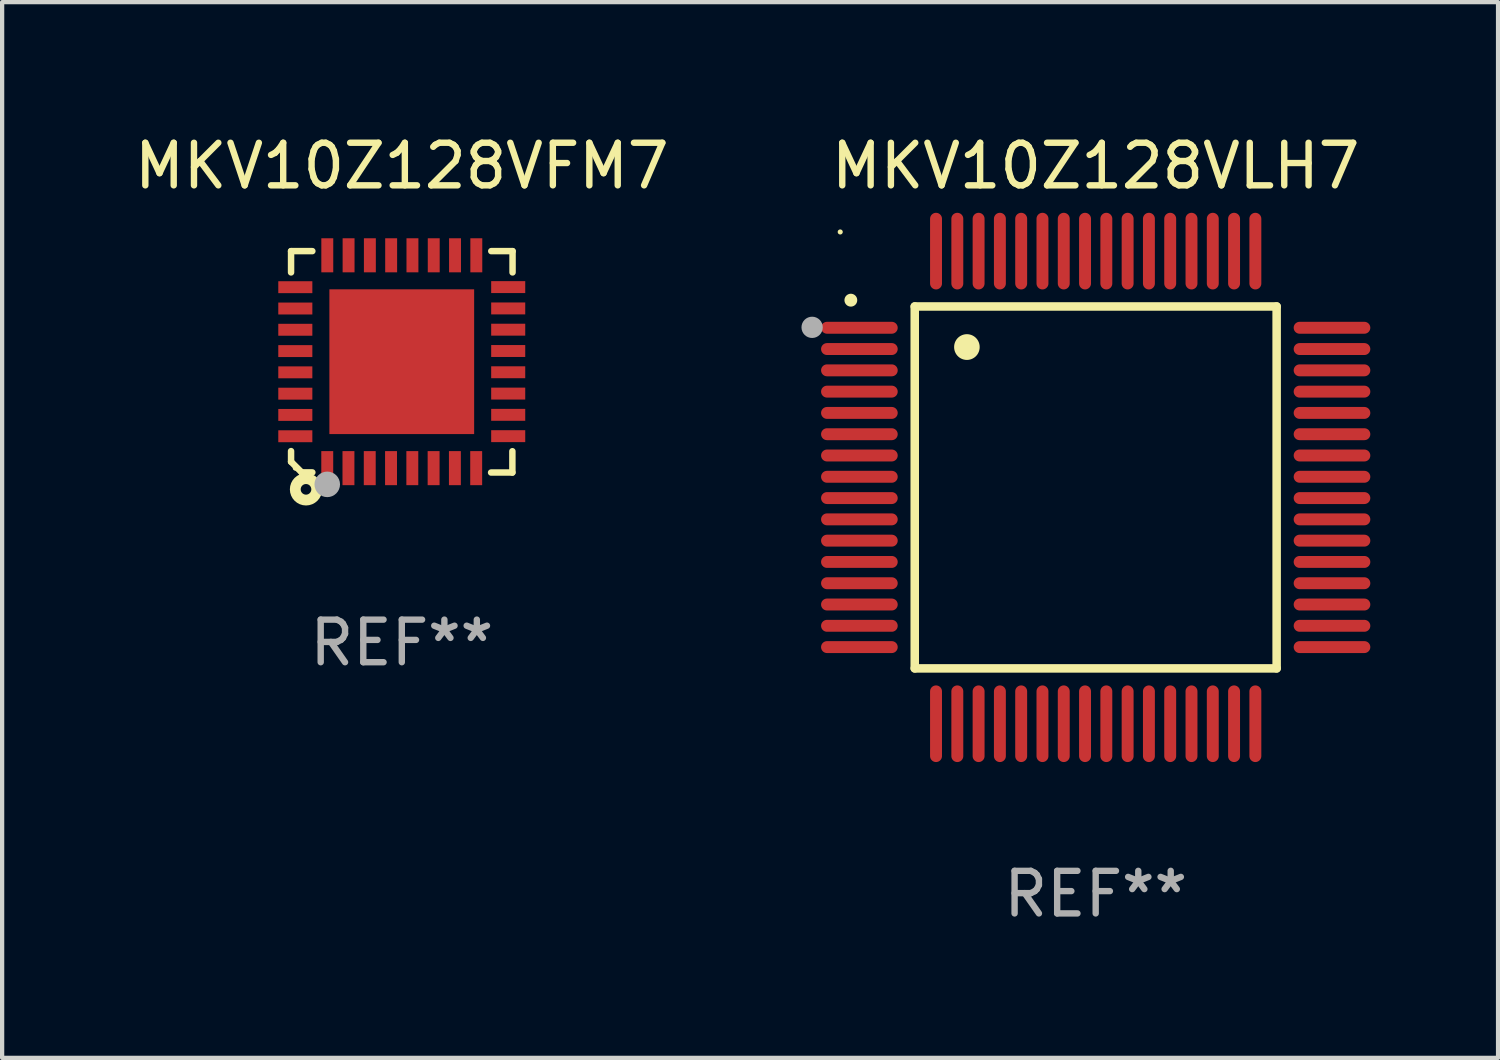
<source format=kicad_pcb>
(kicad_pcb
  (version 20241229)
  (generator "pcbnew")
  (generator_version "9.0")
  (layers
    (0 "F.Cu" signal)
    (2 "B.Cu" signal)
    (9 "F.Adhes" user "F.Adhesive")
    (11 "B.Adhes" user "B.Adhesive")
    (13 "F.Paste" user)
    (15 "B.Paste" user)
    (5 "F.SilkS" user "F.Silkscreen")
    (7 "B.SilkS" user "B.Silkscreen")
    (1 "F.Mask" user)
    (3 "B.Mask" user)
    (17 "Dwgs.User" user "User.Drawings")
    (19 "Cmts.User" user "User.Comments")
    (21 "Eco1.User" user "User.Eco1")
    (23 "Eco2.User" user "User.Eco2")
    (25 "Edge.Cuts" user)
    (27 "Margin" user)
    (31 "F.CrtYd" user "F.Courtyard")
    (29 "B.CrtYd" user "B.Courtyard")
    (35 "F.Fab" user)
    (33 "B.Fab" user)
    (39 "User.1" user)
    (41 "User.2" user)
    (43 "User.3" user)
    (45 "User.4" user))
  (footprint "MKV10Z128VLH7"
    (layer "F.Cu")
    (at 22.684 8.398)
    (property "Reference" "MKV10Z128VLH7" (at 0 -7.55 0) (layer "F.SilkS") (effects (font (size 1 1) (thickness 0.15))))
    (attr through_hole)
    (fp_line (start -4.25 -4.25) (end -4.25 4.25) (stroke (width 0.2) (type solid)) (layer "F.SilkS"))
    (fp_line (start -4.25 4.25) (end 4.25 4.25) (stroke (width 0.2) (type solid)) (layer "F.SilkS"))
    (fp_line (start 4.25 -4.25) (end -4.25 -4.25) (stroke (width 0.2) (type solid)) (layer "F.SilkS"))
    (fp_line (start 4.25 4.25) (end 4.25 -4.25) (stroke (width 0.2) (type solid)) (layer "F.SilkS"))
    (fp_arc (start -5.750572 -4.396749) (mid -5.750577 -4.398019) (end -5.750572 -4.399289) (stroke (width 0.3) (type solid)) (layer "F.SilkS"))
    (fp_arc (start -3.025146 -3.294387) (mid -3.025157 -3.296927) (end -3.025146 -3.299467) (stroke (width 0.6) (type solid)) (layer "F.SilkS"))
    (fp_circle (center -6 -6) (end -5.97 -6) (stroke (width 0.06) (type solid)) (fill no) (layer "F.SilkS"))
    (fp_circle (center -6.66 -3.76) (end -6.535 -3.76) (stroke (width 0.25) (type solid)) (fill no) (layer "F.Fab"))
    (fp_text user "REF**" (at 0 9.55 0) (layer "F.Fab") (effects (font (size 1 1) (thickness 0.15))))
    (pad "1" smd oval (at -5.55 -3.75) (size 1.8 0.28) (layers "F.Cu" "F.Mask" "F.Paste"))
    (pad "2" smd oval (at -5.55 -3.25) (size 1.8 0.28) (layers "F.Cu" "F.Mask" "F.Paste"))
    (pad "3" smd oval (at -5.55 -2.75) (size 1.8 0.28) (layers "F.Cu" "F.Mask" "F.Paste"))
    (pad "4" smd oval (at -5.55 -2.25) (size 1.8 0.28) (layers "F.Cu" "F.Mask" "F.Paste"))
    (pad "5" smd oval (at -5.55 -1.75) (size 1.8 0.28) (layers "F.Cu" "F.Mask" "F.Paste"))
    (pad "6" smd oval (at -5.55 -1.25) (size 1.8 0.28) (layers "F.Cu" "F.Mask" "F.Paste"))
    (pad "7" smd oval (at -5.55 -0.75) (size 1.8 0.28) (layers "F.Cu" "F.Mask" "F.Paste"))
    (pad "8" smd oval (at -5.55 -0.25) (size 1.8 0.28) (layers "F.Cu" "F.Mask" "F.Paste"))
    (pad "9" smd oval (at -5.55 0.25) (size 1.8 0.28) (layers "F.Cu" "F.Mask" "F.Paste"))
    (pad "10" smd oval (at -5.55 0.75) (size 1.8 0.28) (layers "F.Cu" "F.Mask" "F.Paste"))
    (pad "11" smd oval (at -5.55 1.25) (size 1.8 0.28) (layers "F.Cu" "F.Mask" "F.Paste"))
    (pad "12" smd oval (at -5.55 1.75) (size 1.8 0.28) (layers "F.Cu" "F.Mask" "F.Paste"))
    (pad "13" smd oval (at -5.55 2.25) (size 1.8 0.28) (layers "F.Cu" "F.Mask" "F.Paste"))
    (pad "14" smd oval (at -5.55 2.75) (size 1.8 0.28) (layers "F.Cu" "F.Mask" "F.Paste"))
    (pad "15" smd oval (at -5.55 3.25) (size 1.8 0.28) (layers "F.Cu" "F.Mask" "F.Paste"))
    (pad "16" smd oval (at -5.55 3.75) (size 1.8 0.28) (layers "F.Cu" "F.Mask" "F.Paste"))
    (pad "17" smd oval (at -3.75 5.55) (size 0.28 1.8) (layers "F.Cu" "F.Mask" "F.Paste"))
    (pad "18" smd oval (at -3.25 5.55) (size 0.28 1.8) (layers "F.Cu" "F.Mask" "F.Paste"))
    (pad "19" smd oval (at -2.75 5.55) (size 0.28 1.8) (layers "F.Cu" "F.Mask" "F.Paste"))
    (pad "20" smd oval (at -2.25 5.55) (size 0.28 1.8) (layers "F.Cu" "F.Mask" "F.Paste"))
    (pad "21" smd oval (at -1.75 5.55) (size 0.28 1.8) (layers "F.Cu" "F.Mask" "F.Paste"))
    (pad "22" smd oval (at -1.25 5.55) (size 0.28 1.8) (layers "F.Cu" "F.Mask" "F.Paste"))
    (pad "23" smd oval (at -0.75 5.55) (size 0.28 1.8) (layers "F.Cu" "F.Mask" "F.Paste"))
    (pad "24" smd oval (at -0.25 5.55) (size 0.28 1.8) (layers "F.Cu" "F.Mask" "F.Paste"))
    (pad "25" smd oval (at 0.25 5.55) (size 0.28 1.8) (layers "F.Cu" "F.Mask" "F.Paste"))
    (pad "26" smd oval (at 0.75 5.55) (size 0.28 1.8) (layers "F.Cu" "F.Mask" "F.Paste"))
    (pad "27" smd oval (at 1.25 5.55) (size 0.28 1.8) (layers "F.Cu" "F.Mask" "F.Paste"))
    (pad "28" smd oval (at 1.75 5.55) (size 0.28 1.8) (layers "F.Cu" "F.Mask" "F.Paste"))
    (pad "29" smd oval (at 2.25 5.55) (size 0.28 1.8) (layers "F.Cu" "F.Mask" "F.Paste"))
    (pad "30" smd oval (at 2.75 5.55) (size 0.28 1.8) (layers "F.Cu" "F.Mask" "F.Paste"))
    (pad "31" smd oval (at 3.25 5.55) (size 0.28 1.8) (layers "F.Cu" "F.Mask" "F.Paste"))
    (pad "32" smd oval (at 3.75 5.55) (size 0.28 1.8) (layers "F.Cu" "F.Mask" "F.Paste"))
    (pad "33" smd oval (at 5.55 3.75) (size 1.8 0.28) (layers "F.Cu" "F.Mask" "F.Paste"))
    (pad "34" smd oval (at 5.55 3.25) (size 1.8 0.28) (layers "F.Cu" "F.Mask" "F.Paste"))
    (pad "35" smd oval (at 5.55 2.75) (size 1.8 0.28) (layers "F.Cu" "F.Mask" "F.Paste"))
    (pad "36" smd oval (at 5.55 2.25) (size 1.8 0.28) (layers "F.Cu" "F.Mask" "F.Paste"))
    (pad "37" smd oval (at 5.55 1.75) (size 1.8 0.28) (layers "F.Cu" "F.Mask" "F.Paste"))
    (pad "38" smd oval (at 5.55 1.25) (size 1.8 0.28) (layers "F.Cu" "F.Mask" "F.Paste"))
    (pad "39" smd oval (at 5.55 0.75) (size 1.8 0.28) (layers "F.Cu" "F.Mask" "F.Paste"))
    (pad "40" smd oval (at 5.55 0.25) (size 1.8 0.28) (layers "F.Cu" "F.Mask" "F.Paste"))
    (pad "41" smd oval (at 5.55 -0.25) (size 1.8 0.28) (layers "F.Cu" "F.Mask" "F.Paste"))
    (pad "42" smd oval (at 5.55 -0.75) (size 1.8 0.28) (layers "F.Cu" "F.Mask" "F.Paste"))
    (pad "43" smd oval (at 5.55 -1.25) (size 1.8 0.28) (layers "F.Cu" "F.Mask" "F.Paste"))
    (pad "44" smd oval (at 5.55 -1.75) (size 1.8 0.28) (layers "F.Cu" "F.Mask" "F.Paste"))
    (pad "45" smd oval (at 5.55 -2.25) (size 1.8 0.28) (layers "F.Cu" "F.Mask" "F.Paste"))
    (pad "46" smd oval (at 5.55 -2.75) (size 1.8 0.28) (layers "F.Cu" "F.Mask" "F.Paste"))
    (pad "47" smd oval (at 5.55 -3.25) (size 1.8 0.28) (layers "F.Cu" "F.Mask" "F.Paste"))
    (pad "48" smd oval (at 5.55 -3.75) (size 1.8 0.28) (layers "F.Cu" "F.Mask" "F.Paste"))
    (pad "49" smd oval (at 3.75 -5.55) (size 0.28 1.8) (layers "F.Cu" "F.Mask" "F.Paste"))
    (pad "50" smd oval (at 3.25 -5.55) (size 0.28 1.8) (layers "F.Cu" "F.Mask" "F.Paste"))
    (pad "51" smd oval (at 2.75 -5.55) (size 0.28 1.8) (layers "F.Cu" "F.Mask" "F.Paste"))
    (pad "52" smd oval (at 2.25 -5.55) (size 0.28 1.8) (layers "F.Cu" "F.Mask" "F.Paste"))
    (pad "53" smd oval (at 1.75 -5.55) (size 0.28 1.8) (layers "F.Cu" "F.Mask" "F.Paste"))
    (pad "54" smd oval (at 1.25 -5.55) (size 0.28 1.8) (layers "F.Cu" "F.Mask" "F.Paste"))
    (pad "55" smd oval (at 0.75 -5.55) (size 0.28 1.8) (layers "F.Cu" "F.Mask" "F.Paste"))
    (pad "56" smd oval (at 0.25 -5.55) (size 0.28 1.8) (layers "F.Cu" "F.Mask" "F.Paste"))
    (pad "57" smd oval (at -0.25 -5.55) (size 0.28 1.8) (layers "F.Cu" "F.Mask" "F.Paste"))
    (pad "58" smd oval (at -0.75 -5.55) (size 0.28 1.8) (layers "F.Cu" "F.Mask" "F.Paste"))
    (pad "59" smd oval (at -1.25 -5.55) (size 0.28 1.8) (layers "F.Cu" "F.Mask" "F.Paste"))
    (pad "60" smd oval (at -1.75 -5.55) (size 0.28 1.8) (layers "F.Cu" "F.Mask" "F.Paste"))
    (pad "61" smd oval (at -2.25 -5.55) (size 0.28 1.8) (layers "F.Cu" "F.Mask" "F.Paste"))
    (pad "62" smd oval (at -2.75 -5.55) (size 0.28 1.8) (layers "F.Cu" "F.Mask" "F.Paste"))
    (pad "63" smd oval (at -3.25 -5.55) (size 0.28 1.8) (layers "F.Cu" "F.Mask" "F.Paste"))
    (pad "64" smd oval (at -3.75 -5.55) (size 0.28 1.8) (layers "F.Cu" "F.Mask" "F.Paste")))
  (footprint "MKV10Z128VFM7"
    (layer "F.Cu")
    (at 6.387 5.448)
    (property "Reference" "MKV10Z128VFM7" (at 0 -4.6 0) (layer "F.SilkS") (effects (font (size 1 1) (thickness 0.15))))
    (attr through_hole)
    (fp_line (start -2.601 2.097) (end -2.601 2.347) (stroke (width 0.152) (type solid)) (layer "F.SilkS"))
    (fp_line (start -2.601 2.347) (end -2.351 2.597) (stroke (width 0.152) (type solid)) (layer "F.SilkS"))
    (fp_line (start -2.601 -2.6) (end -2.601 -2.1) (stroke (width 0.152) (type solid)) (layer "F.SilkS"))
    (fp_line (start -2.601 -2.6) (end -2.101 -2.6) (stroke (width 0.152) (type solid)) (layer "F.SilkS"))
    (fp_line (start -2.351 2.597) (end -2.101 2.597) (stroke (width 0.152) (type solid)) (layer "F.SilkS"))
    (fp_line (start 2.597 2.6) (end 2.097 2.6) (stroke (width 0.152) (type solid)) (layer "F.SilkS"))
    (fp_line (start 2.597 2.6) (end 2.597 2.1) (stroke (width 0.152) (type solid)) (layer "F.SilkS"))
    (fp_line (start 2.601 -2.6) (end 2.101 -2.6) (stroke (width 0.152) (type solid)) (layer "F.SilkS"))
    (fp_line (start 2.601 -2.6) (end 2.601 -2.1) (stroke (width 0.152) (type solid)) (layer "F.SilkS"))
    (fp_circle (center -2.501 2.497) (end -2.471 2.497) (stroke (width 0.06) (type solid)) (fill no) (layer "F.SilkS"))
    (fp_circle (center -2.25 2.995) (end -2.125 2.995) (stroke (width 0.254) (type solid)) (fill no) (layer "F.SilkS"))
    (fp_circle (center -1.751 2.878) (end -1.601 2.878) (stroke (width 0.3) (type solid)) (fill no) (layer "F.Fab"))
    (fp_text user "REF**" (at 0 6.6 0) (layer "F.Fab") (effects (font (size 1 1) (thickness 0.15))))
    (pad "1" smd rect (at -1.751 2.497) (size 0.28 0.8) (layers "F.Cu" "F.Mask" "F.Paste"))
    (pad "2" smd rect (at -1.253 2.497) (size 0.28 0.8) (layers "F.Cu" "F.Mask" "F.Paste"))
    (pad "3" smd rect (at -0.753 2.497) (size 0.28 0.8) (layers "F.Cu" "F.Mask" "F.Paste"))
    (pad "4" smd rect (at -0.253 2.497) (size 0.28 0.8) (layers "F.Cu" "F.Mask" "F.Paste"))
    (pad "5" smd rect (at 0.247 2.497) (size 0.28 0.8) (layers "F.Cu" "F.Mask" "F.Paste"))
    (pad "6" smd rect (at 0.747 2.497) (size 0.28 0.8) (layers "F.Cu" "F.Mask" "F.Paste"))
    (pad "7" smd rect (at 1.247 2.497) (size 0.28 0.8) (layers "F.Cu" "F.Mask" "F.Paste"))
    (pad "8" smd rect (at 1.747 2.497) (size 0.28 0.8) (layers "F.Cu" "F.Mask" "F.Paste"))
    (pad "9" smd rect (at 2.499 1.746) (size 0.8 0.28) (layers "F.Cu" "F.Mask" "F.Paste"))
    (pad "10" smd rect (at 2.499 1.245) (size 0.8 0.28) (layers "F.Cu" "F.Mask" "F.Paste"))
    (pad "11" smd rect (at 2.499 0.746) (size 0.8 0.28) (layers "F.Cu" "F.Mask" "F.Paste"))
    (pad "12" smd rect (at 2.499 0.245) (size 0.8 0.28) (layers "F.Cu" "F.Mask" "F.Paste"))
    (pad "13" smd rect (at 2.499 -0.254) (size 0.8 0.28) (layers "F.Cu" "F.Mask" "F.Paste"))
    (pad "14" smd rect (at 2.499 -0.755) (size 0.8 0.28) (layers "F.Cu" "F.Mask" "F.Paste"))
    (pad "15" smd rect (at 2.499 -1.254) (size 0.8 0.28) (layers "F.Cu" "F.Mask" "F.Paste"))
    (pad "16" smd rect (at 2.499 -1.755) (size 0.8 0.28) (layers "F.Cu" "F.Mask" "F.Paste"))
    (pad "17" smd rect (at 1.75 -2.502) (size 0.28 0.8) (layers "F.Cu" "F.Mask" "F.Paste"))
    (pad "18" smd rect (at 1.25 -2.502) (size 0.28 0.8) (layers "F.Cu" "F.Mask" "F.Paste"))
    (pad "19" smd rect (at 0.75 -2.502) (size 0.28 0.8) (layers "F.Cu" "F.Mask" "F.Paste"))
    (pad "20" smd rect (at 0.25 -2.502) (size 0.28 0.8) (layers "F.Cu" "F.Mask" "F.Paste"))
    (pad "21" smd rect (at -0.25 -2.502) (size 0.28 0.8) (layers "F.Cu" "F.Mask" "F.Paste"))
    (pad "22" smd rect (at -0.75 -2.502) (size 0.28 0.8) (layers "F.Cu" "F.Mask" "F.Paste"))
    (pad "23" smd rect (at -1.25 -2.502) (size 0.28 0.8) (layers "F.Cu" "F.Mask" "F.Paste"))
    (pad "24" smd rect (at -1.75 -2.502) (size 0.28 0.8) (layers "F.Cu" "F.Mask" "F.Paste"))
    (pad "25" smd rect (at -2.501 -1.753) (size 0.8 0.28) (layers "F.Cu" "F.Mask" "F.Paste"))
    (pad "26" smd rect (at -2.501 -1.252) (size 0.8 0.28) (layers "F.Cu" "F.Mask" "F.Paste"))
    (pad "27" smd rect (at -2.501 -0.753) (size 0.8 0.28) (layers "F.Cu" "F.Mask" "F.Paste"))
    (pad "28" smd rect (at -2.501 -0.252) (size 0.8 0.28) (layers "F.Cu" "F.Mask" "F.Paste"))
    (pad "29" smd rect (at -2.501 0.247) (size 0.8 0.28) (layers "F.Cu" "F.Mask" "F.Paste"))
    (pad "30" smd rect (at -2.501 0.748) (size 0.8 0.28) (layers "F.Cu" "F.Mask" "F.Paste"))
    (pad "31" smd rect (at -2.501 1.247) (size 0.8 0.28) (layers "F.Cu" "F.Mask" "F.Paste"))
    (pad "32" smd rect (at -2.501 1.748) (size 0.8 0.28) (layers "F.Cu" "F.Mask" "F.Paste"))
    (pad "33" smd rect (at -0.001 -0.003 180) (size 3.4 3.4) (layers "F.Cu" "F.Mask" "F.Paste")))
  (gr_rect
    (start -3 -3)
    (end 32.134 21.796)
    (stroke (width 0.1) (type default))
    (fill no)
    (layer "Edge.Cuts")))
</source>
